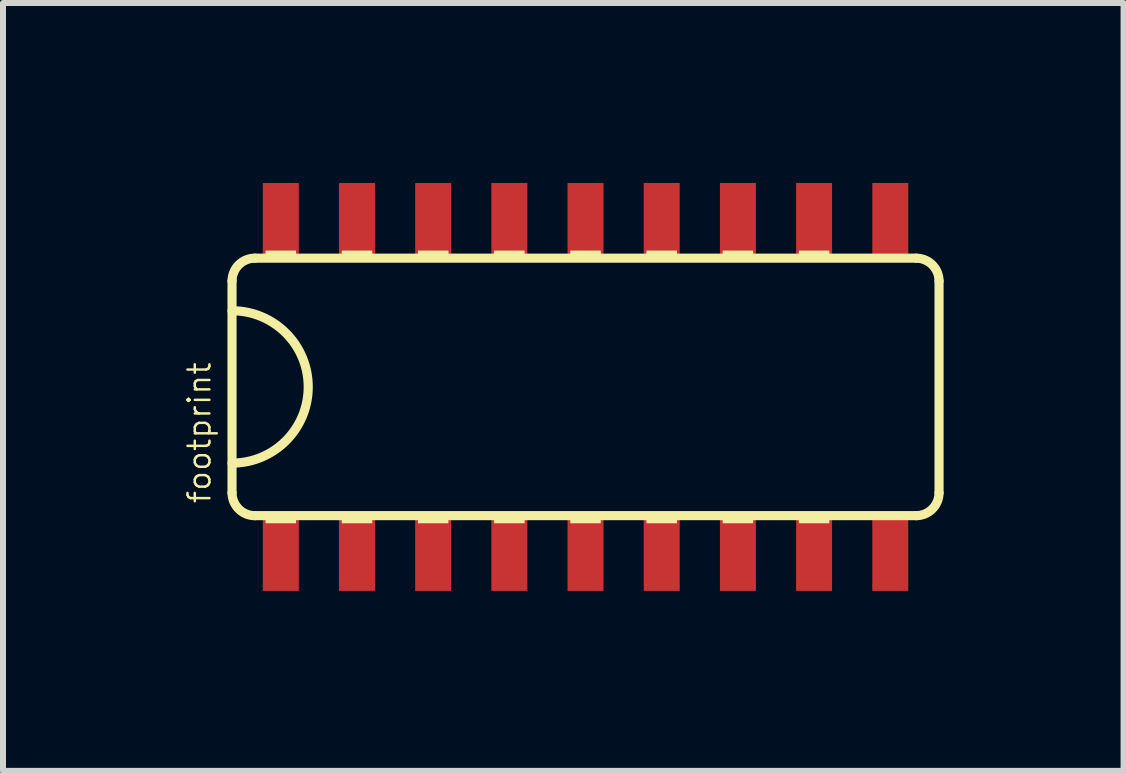
<source format=kicad_pcb>
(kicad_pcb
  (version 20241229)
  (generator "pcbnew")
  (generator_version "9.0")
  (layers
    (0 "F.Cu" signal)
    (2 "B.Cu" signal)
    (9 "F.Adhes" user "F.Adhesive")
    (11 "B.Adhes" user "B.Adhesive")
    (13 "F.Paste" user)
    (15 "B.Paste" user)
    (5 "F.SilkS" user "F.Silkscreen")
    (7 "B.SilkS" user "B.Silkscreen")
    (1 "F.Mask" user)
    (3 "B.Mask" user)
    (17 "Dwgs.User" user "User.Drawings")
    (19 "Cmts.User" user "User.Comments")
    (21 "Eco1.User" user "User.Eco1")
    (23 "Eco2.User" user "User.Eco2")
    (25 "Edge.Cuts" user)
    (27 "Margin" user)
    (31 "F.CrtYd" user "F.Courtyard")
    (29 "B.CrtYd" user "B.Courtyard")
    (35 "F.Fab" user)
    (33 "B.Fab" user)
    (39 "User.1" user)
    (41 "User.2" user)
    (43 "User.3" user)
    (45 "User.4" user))
  (footprint "footprint"
    (layer "F.Cu")
    (at 6.711 3.4)
    (property "Reference" "footprint" (at -6.223 1.968 90) (layer "F.SilkS") (effects (font (size 0.366 0.366) (thickness 0.041)) (justify left bottom)))
    (fp_line (start -5.893 -1.765) (end -5.893 1.765) (stroke (width 0.152) (type solid)) (layer "F.SilkS"))
    (fp_line (start -5.512 2.146) (end 5.512 2.146) (stroke (width 0.152) (type solid)) (layer "F.SilkS"))
    (fp_line (start 5.512 -2.146) (end -5.512 -2.146) (stroke (width 0.152) (type solid)) (layer "F.SilkS"))
    (fp_line (start 5.893 1.765) (end 5.893 -1.765) (stroke (width 0.152) (type solid)) (layer "F.SilkS"))
    (fp_arc (start -5.8928 -1.7653) (mid -5.781208 -2.034708) (end -5.5118 -2.1463) (stroke (width 0.1524) (type solid)) (layer "F.SilkS"))
    (fp_arc (start -5.8928 -1.27) (mid -4.6228 0) (end -5.8928 1.27) (stroke (width 0.1524) (type solid)) (layer "F.SilkS"))
    (fp_arc (start -5.5118 2.1463) (mid -5.781208 2.034708) (end -5.8928 1.7653) (stroke (width 0.1524) (type solid)) (layer "F.SilkS"))
    (fp_arc (start 5.5118 -2.1463) (mid 5.781208 -2.034708) (end 5.8928 -1.7653) (stroke (width 0.1524) (type solid)) (layer "F.SilkS"))
    (fp_arc (start 5.8928 1.7653) (mid 5.781208 2.034708) (end 5.5118 2.1463) (stroke (width 0.1524) (type solid)) (layer "F.SilkS"))
    (fp_poly (pts (xy -5.334 -2.146) (xy -4.826 -2.146) (xy -4.826 -2.273) (xy -5.334 -2.273)) (stroke (width 0) (type solid)) (fill yes) (layer "F.SilkS"))
    (fp_poly (pts (xy -5.334 2.273) (xy -4.826 2.273) (xy -4.826 2.146) (xy -5.334 2.146)) (stroke (width 0) (type solid)) (fill yes) (layer "F.SilkS"))
    (fp_poly (pts (xy -4.064 -2.146) (xy -3.556 -2.146) (xy -3.556 -2.273) (xy -4.064 -2.273)) (stroke (width 0) (type solid)) (fill yes) (layer "F.SilkS"))
    (fp_poly (pts (xy -4.064 2.273) (xy -3.556 2.273) (xy -3.556 2.146) (xy -4.064 2.146)) (stroke (width 0) (type solid)) (fill yes) (layer "F.SilkS"))
    (fp_poly (pts (xy -2.794 -2.146) (xy -2.286 -2.146) (xy -2.286 -2.273) (xy -2.794 -2.273)) (stroke (width 0) (type solid)) (fill yes) (layer "F.SilkS"))
    (fp_poly (pts (xy -2.794 2.273) (xy -2.286 2.273) (xy -2.286 2.146) (xy -2.794 2.146)) (stroke (width 0) (type solid)) (fill yes) (layer "F.SilkS"))
    (fp_poly (pts (xy -1.524 -2.146) (xy -1.016 -2.146) (xy -1.016 -2.273) (xy -1.524 -2.273)) (stroke (width 0) (type solid)) (fill yes) (layer "F.SilkS"))
    (fp_poly (pts (xy -1.524 2.273) (xy -1.016 2.273) (xy -1.016 2.146) (xy -1.524 2.146)) (stroke (width 0) (type solid)) (fill yes) (layer "F.SilkS"))
    (fp_poly (pts (xy -0.254 -2.146) (xy 0.254 -2.146) (xy 0.254 -2.273) (xy -0.254 -2.273)) (stroke (width 0) (type solid)) (fill yes) (layer "F.SilkS"))
    (fp_poly (pts (xy -0.254 2.273) (xy 0.254 2.273) (xy 0.254 2.146) (xy -0.254 2.146)) (stroke (width 0) (type solid)) (fill yes) (layer "F.SilkS"))
    (fp_poly (pts (xy 1.016 -2.146) (xy 1.524 -2.146) (xy 1.524 -2.273) (xy 1.016 -2.273)) (stroke (width 0) (type solid)) (fill yes) (layer "F.SilkS"))
    (fp_poly (pts (xy 1.016 2.273) (xy 1.524 2.273) (xy 1.524 2.146) (xy 1.016 2.146)) (stroke (width 0) (type solid)) (fill yes) (layer "F.SilkS"))
    (fp_poly (pts (xy 2.286 -2.146) (xy 2.794 -2.146) (xy 2.794 -2.273) (xy 2.286 -2.273)) (stroke (width 0) (type solid)) (fill yes) (layer "F.SilkS"))
    (fp_poly (pts (xy 2.286 2.273) (xy 2.794 2.273) (xy 2.794 2.146) (xy 2.286 2.146)) (stroke (width 0) (type solid)) (fill yes) (layer "F.SilkS"))
    (fp_poly (pts (xy 3.556 -2.146) (xy 4.064 -2.146) (xy 4.064 -2.273) (xy 3.556 -2.273)) (stroke (width 0) (type solid)) (fill yes) (layer "F.SilkS"))
    (fp_poly (pts (xy 3.556 2.273) (xy 4.064 2.273) (xy 4.064 2.146) (xy 3.556 2.146)) (stroke (width 0) (type solid)) (fill yes) (layer "F.SilkS"))
    (pad "1" smd rect (at -5.08 2.8) (size 0.6 1.2) (layers "F.Cu" "F.Mask" "F.Paste"))
    (pad "2" smd rect (at -3.81 2.8) (size 0.6 1.2) (layers "F.Cu" "F.Mask" "F.Paste"))
    (pad "3" smd rect (at -2.54 2.8) (size 0.6 1.2) (layers "F.Cu" "F.Mask" "F.Paste"))
    (pad "4" smd rect (at -1.27 2.8) (size 0.6 1.2) (layers "F.Cu" "F.Mask" "F.Paste"))
    (pad "5" smd rect (at 0 2.8) (size 0.6 1.2) (layers "F.Cu" "F.Mask" "F.Paste"))
    (pad "6" smd rect (at 1.27 2.8) (size 0.6 1.2) (layers "F.Cu" "F.Mask" "F.Paste"))
    (pad "7" smd rect (at 2.54 2.8) (size 0.6 1.2) (layers "F.Cu" "F.Mask" "F.Paste"))
    (pad "8" smd rect (at 3.81 2.8) (size 0.6 1.2) (layers "F.Cu" "F.Mask" "F.Paste"))
    (pad "9" smd rect (at 5.08 2.8) (size 0.6 1.2) (layers "F.Cu" "F.Mask" "F.Paste"))
    (pad "10" smd rect (at 5.08 -2.8) (size 0.6 1.2) (layers "F.Cu" "F.Mask" "F.Paste"))
    (pad "11" smd rect (at 3.81 -2.8) (size 0.6 1.2) (layers "F.Cu" "F.Mask" "F.Paste"))
    (pad "12" smd rect (at 2.54 -2.8) (size 0.6 1.2) (layers "F.Cu" "F.Mask" "F.Paste"))
    (pad "13" smd rect (at 1.27 -2.8) (size 0.6 1.2) (layers "F.Cu" "F.Mask" "F.Paste"))
    (pad "14" smd rect (at 0 -2.8) (size 0.6 1.2) (layers "F.Cu" "F.Mask" "F.Paste"))
    (pad "15" smd rect (at -1.27 -2.8) (size 0.6 1.2) (layers "F.Cu" "F.Mask" "F.Paste"))
    (pad "16" smd rect (at -2.54 -2.8) (size 0.6 1.2) (layers "F.Cu" "F.Mask" "F.Paste"))
    (pad "17" smd rect (at -3.81 -2.8) (size 0.6 1.2) (layers "F.Cu" "F.Mask" "F.Paste"))
    (pad "18" smd rect (at -5.08 -2.8) (size 0.6 1.2) (layers "F.Cu" "F.Mask" "F.Paste")))
  (gr_rect
    (start -3 -3)
    (end 15.68 9.8)
    (stroke (width 0.1) (type default))
    (fill no)
    (layer "Edge.Cuts")))
</source>
